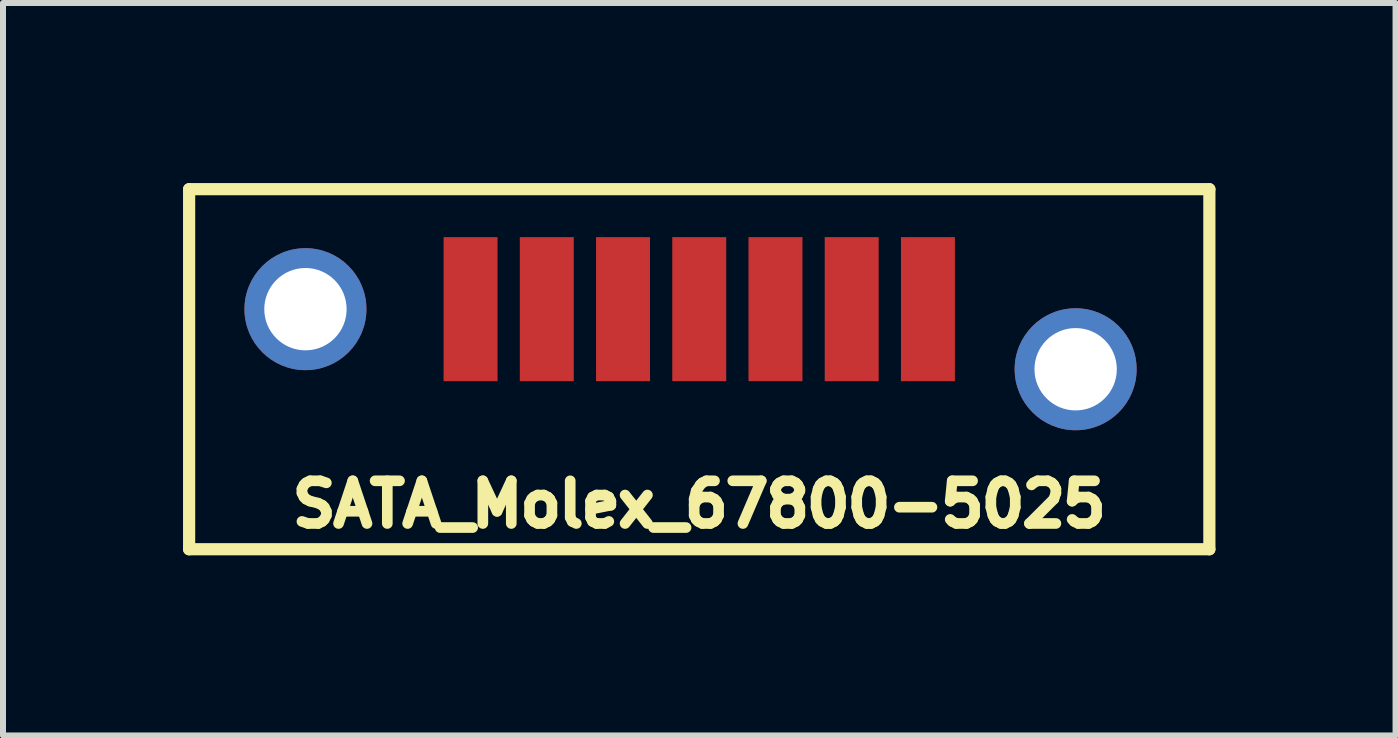
<source format=kicad_pcb>
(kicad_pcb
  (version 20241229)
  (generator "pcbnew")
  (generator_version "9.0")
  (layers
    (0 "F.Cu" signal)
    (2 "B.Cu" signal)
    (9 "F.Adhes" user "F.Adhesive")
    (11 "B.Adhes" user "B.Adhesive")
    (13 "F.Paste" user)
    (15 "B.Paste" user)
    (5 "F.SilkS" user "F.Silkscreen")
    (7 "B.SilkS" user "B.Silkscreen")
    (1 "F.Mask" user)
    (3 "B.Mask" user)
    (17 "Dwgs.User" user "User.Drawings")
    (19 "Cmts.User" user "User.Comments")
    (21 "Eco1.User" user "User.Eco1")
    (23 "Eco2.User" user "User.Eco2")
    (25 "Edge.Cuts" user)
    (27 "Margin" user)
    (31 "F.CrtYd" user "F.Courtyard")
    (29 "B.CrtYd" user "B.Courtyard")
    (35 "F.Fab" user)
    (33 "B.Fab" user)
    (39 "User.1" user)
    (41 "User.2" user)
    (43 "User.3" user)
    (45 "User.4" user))
  (footprint "SATA_Molex_67800-5025"
    (layer "F.Cu")
    (at 8.6 2.101)
    (property "Reference" "SATA_Molex_67800-5025" (at 0 3.251 0) (layer "F.SilkS") (effects (font (size 0.711 0.711) (thickness 0.178))))
    (attr through_hole)
    (fp_line (start -8.499 -1.999) (end 8.499 -1.999) (stroke (width 0.203) (type solid)) (layer "F.SilkS"))
    (fp_line (start -8.499 4) (end -8.499 -1.999) (stroke (width 0.203) (type solid)) (layer "F.SilkS"))
    (fp_line (start 8.499 -1.999) (end 8.499 4) (stroke (width 0.203) (type solid)) (layer "F.SilkS"))
    (fp_line (start 8.499 4) (end -8.499 4) (stroke (width 0.203) (type solid)) (layer "F.SilkS"))
    (pad "1" smd rect (at 3.81 0) (size 0.899 2.4) (layers "F.Cu" "F.Mask" "F.Paste"))
    (pad "2" smd rect (at 2.54 0) (size 0.899 2.4) (layers "F.Cu" "F.Mask" "F.Paste"))
    (pad "3" smd rect (at 1.27 0) (size 0.899 2.4) (layers "F.Cu" "F.Mask" "F.Paste"))
    (pad "4" smd rect (at 0 0) (size 0.899 2.4) (layers "F.Cu" "F.Mask" "F.Paste"))
    (pad "5" smd rect (at -1.27 0) (size 0.899 2.4) (layers "F.Cu" "F.Mask" "F.Paste"))
    (pad "6" smd rect (at -2.54 0) (size 0.899 2.4) (layers "F.Cu" "F.Mask" "F.Paste"))
    (pad "7" smd rect (at -3.81 0) (size 0.899 2.4) (layers "F.Cu" "F.Mask" "F.Paste"))
    (pad "8" thru_hole circle (at -6.561 0) (size 2.032 2.032) (drill 1.372) (layers "*.Cu" "*.Mask"))
    (pad "8" thru_hole circle (at 6.271 1.001) (size 2.032 2.032) (drill 1.372) (layers "*.Cu" "*.Mask")))
  (gr_rect
    (start -3 -3)
    (end 20.201 9.203)
    (stroke (width 0.1) (type default))
    (fill no)
    (layer "Edge.Cuts")))
</source>
